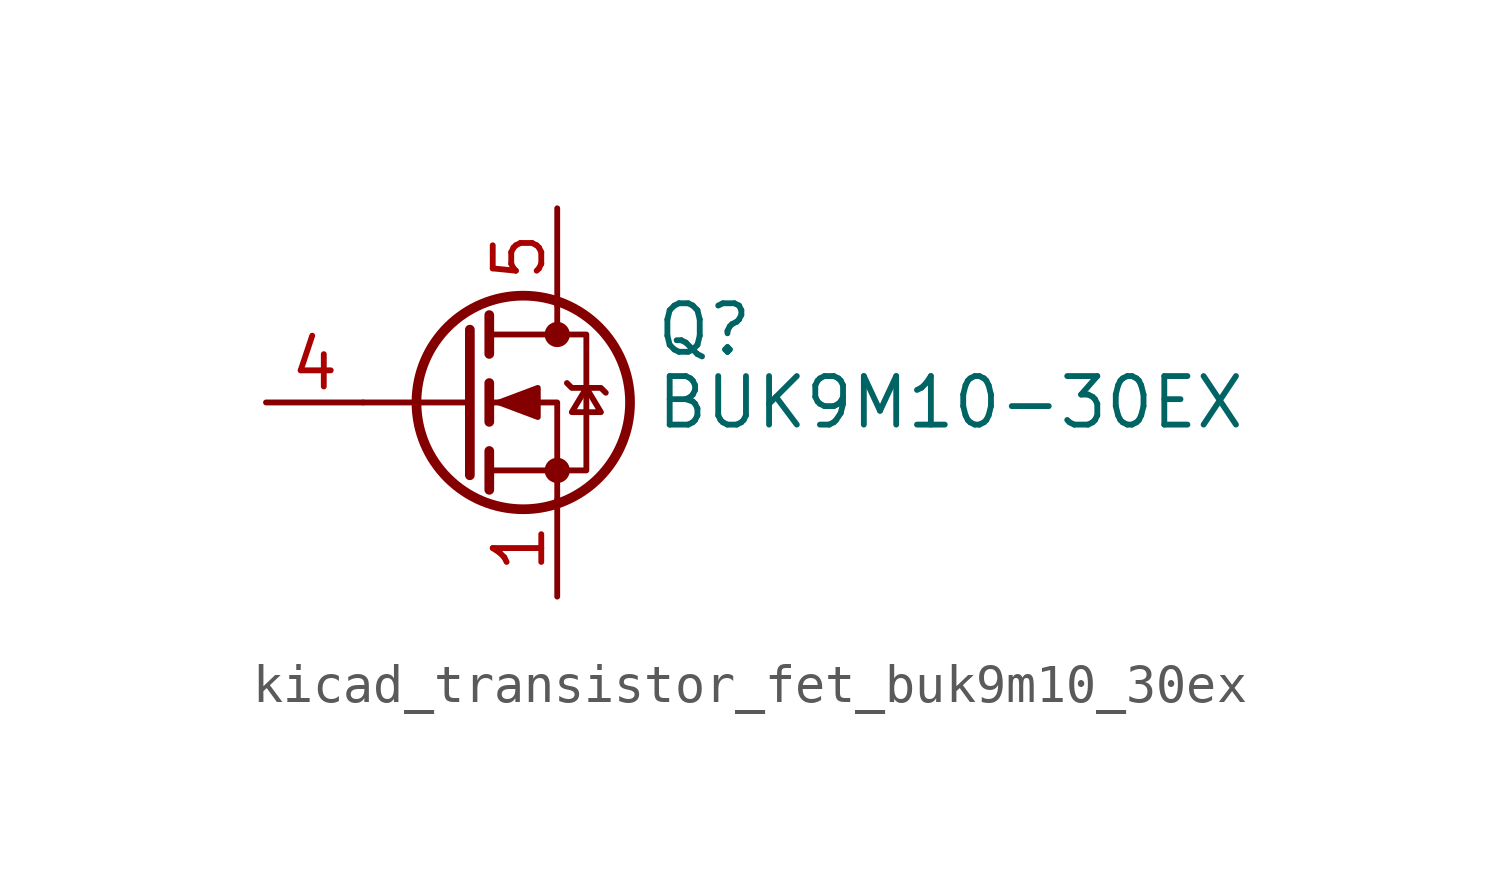
<source format=kicad_sym>
(kicad_symbol_lib
  (version 20220914)
  (generator kicad_symbol_editor)
  (symbol "kicad_transistor_fet_buk9m10_30ex"
    (pin_names hide)
    (property "Reference" "Q"
      (at 5.08 1.905 0)
      (effects (font (size 1.27 1.27)) (justify left)))
    (property "Value" "BUK9M10-30EX"
      (at 5.08 0 0)
      (effects (font (size 1.27 1.27)) (justify left)))
    (symbol "kicad_transistor_fet_buk9m10_30ex_0_1"
      (polyline (pts (xy 0.254 0) (xy -2.54 0)) (stroke (width 0) (type default)) (fill (type none)))
      (polyline (pts (xy 0.254 1.905) (xy 0.254 -1.905)) (stroke (width 0.254) (type default)) (fill (type none)))
      (polyline (pts (xy 0.762 -1.27) (xy 0.762 -2.286)) (stroke (width 0.254) (type default)) (fill (type none)))
      (polyline (pts (xy 0.762 0.508) (xy 0.762 -0.508)) (stroke (width 0.254) (type default)) (fill (type none)))
      (polyline (pts (xy 0.762 2.286) (xy 0.762 1.27)) (stroke (width 0.254) (type default)) (fill (type none)))
      (polyline (pts (xy 2.54 2.54) (xy 2.54 1.778)) (stroke (width 0) (type default)) (fill (type none)))
      (polyline (pts (xy 2.54 -2.54) (xy 2.54 0) (xy 0.762 0)) (stroke (width 0) (type default)) (fill (type none)))
      (polyline (pts (xy 0.762 -1.778) (xy 3.302 -1.778) (xy 3.302 1.778) (xy 0.762 1.778)) (stroke (width 0) (type default)) (fill (type none)))
      (polyline (pts (xy 1.016 0) (xy 2.032 0.381) (xy 2.032 -0.381) (xy 1.016 0)) (stroke (width 0) (type default)) (fill (type outline)))
      (polyline (pts (xy 2.794 0.508) (xy 2.921 0.381) (xy 3.683 0.381) (xy 3.81 0.254)) (stroke (width 0) (type default)) (fill (type none)))
      (polyline (pts (xy 3.302 0.381) (xy 2.921 -0.254) (xy 3.683 -0.254) (xy 3.302 0.381)) (stroke (width 0) (type default)) (fill (type none)))
      (circle (center 1.651 0) (radius 2.794) (stroke (width 0.254) (type default)) (fill (type none)))
      (circle (center 2.54 -1.778) (radius 0.254) (stroke (width 0) (type default)) (fill (type outline)))
      (circle (center 2.54 1.778) (radius 0.254) (stroke (width 0) (type default)) (fill (type outline))))
    (symbol "kicad_transistor_fet_buk9m10_30ex_1_1"
      (pin passive line (at 2.54 -5.08 90) (length 2.54) (name "S" (effects (font (size 1.27 1.27)))) (number "1" (effects (font (size 1.27 1.27)))))
      (pin passive line (at 2.54 -5.08 90) (length 2.54) hide (name "S" (effects (font (size 1.27 1.27)))) (number "2" (effects (font (size 1.27 1.27)))))
      (pin passive line (at 2.54 -5.08 90) (length 2.54) hide (name "S" (effects (font (size 1.27 1.27)))) (number "3" (effects (font (size 1.27 1.27)))))
      (pin passive line (at -5.08 0 0) (length 2.54) (name "G" (effects (font (size 1.27 1.27)))) (number "4" (effects (font (size 1.27 1.27)))))
      (pin passive line (at 2.54 5.08 270) (length 2.54) (name "D" (effects (font (size 1.27 1.27)))) (number "5" (effects (font (size 1.27 1.27))))))))
</source>
